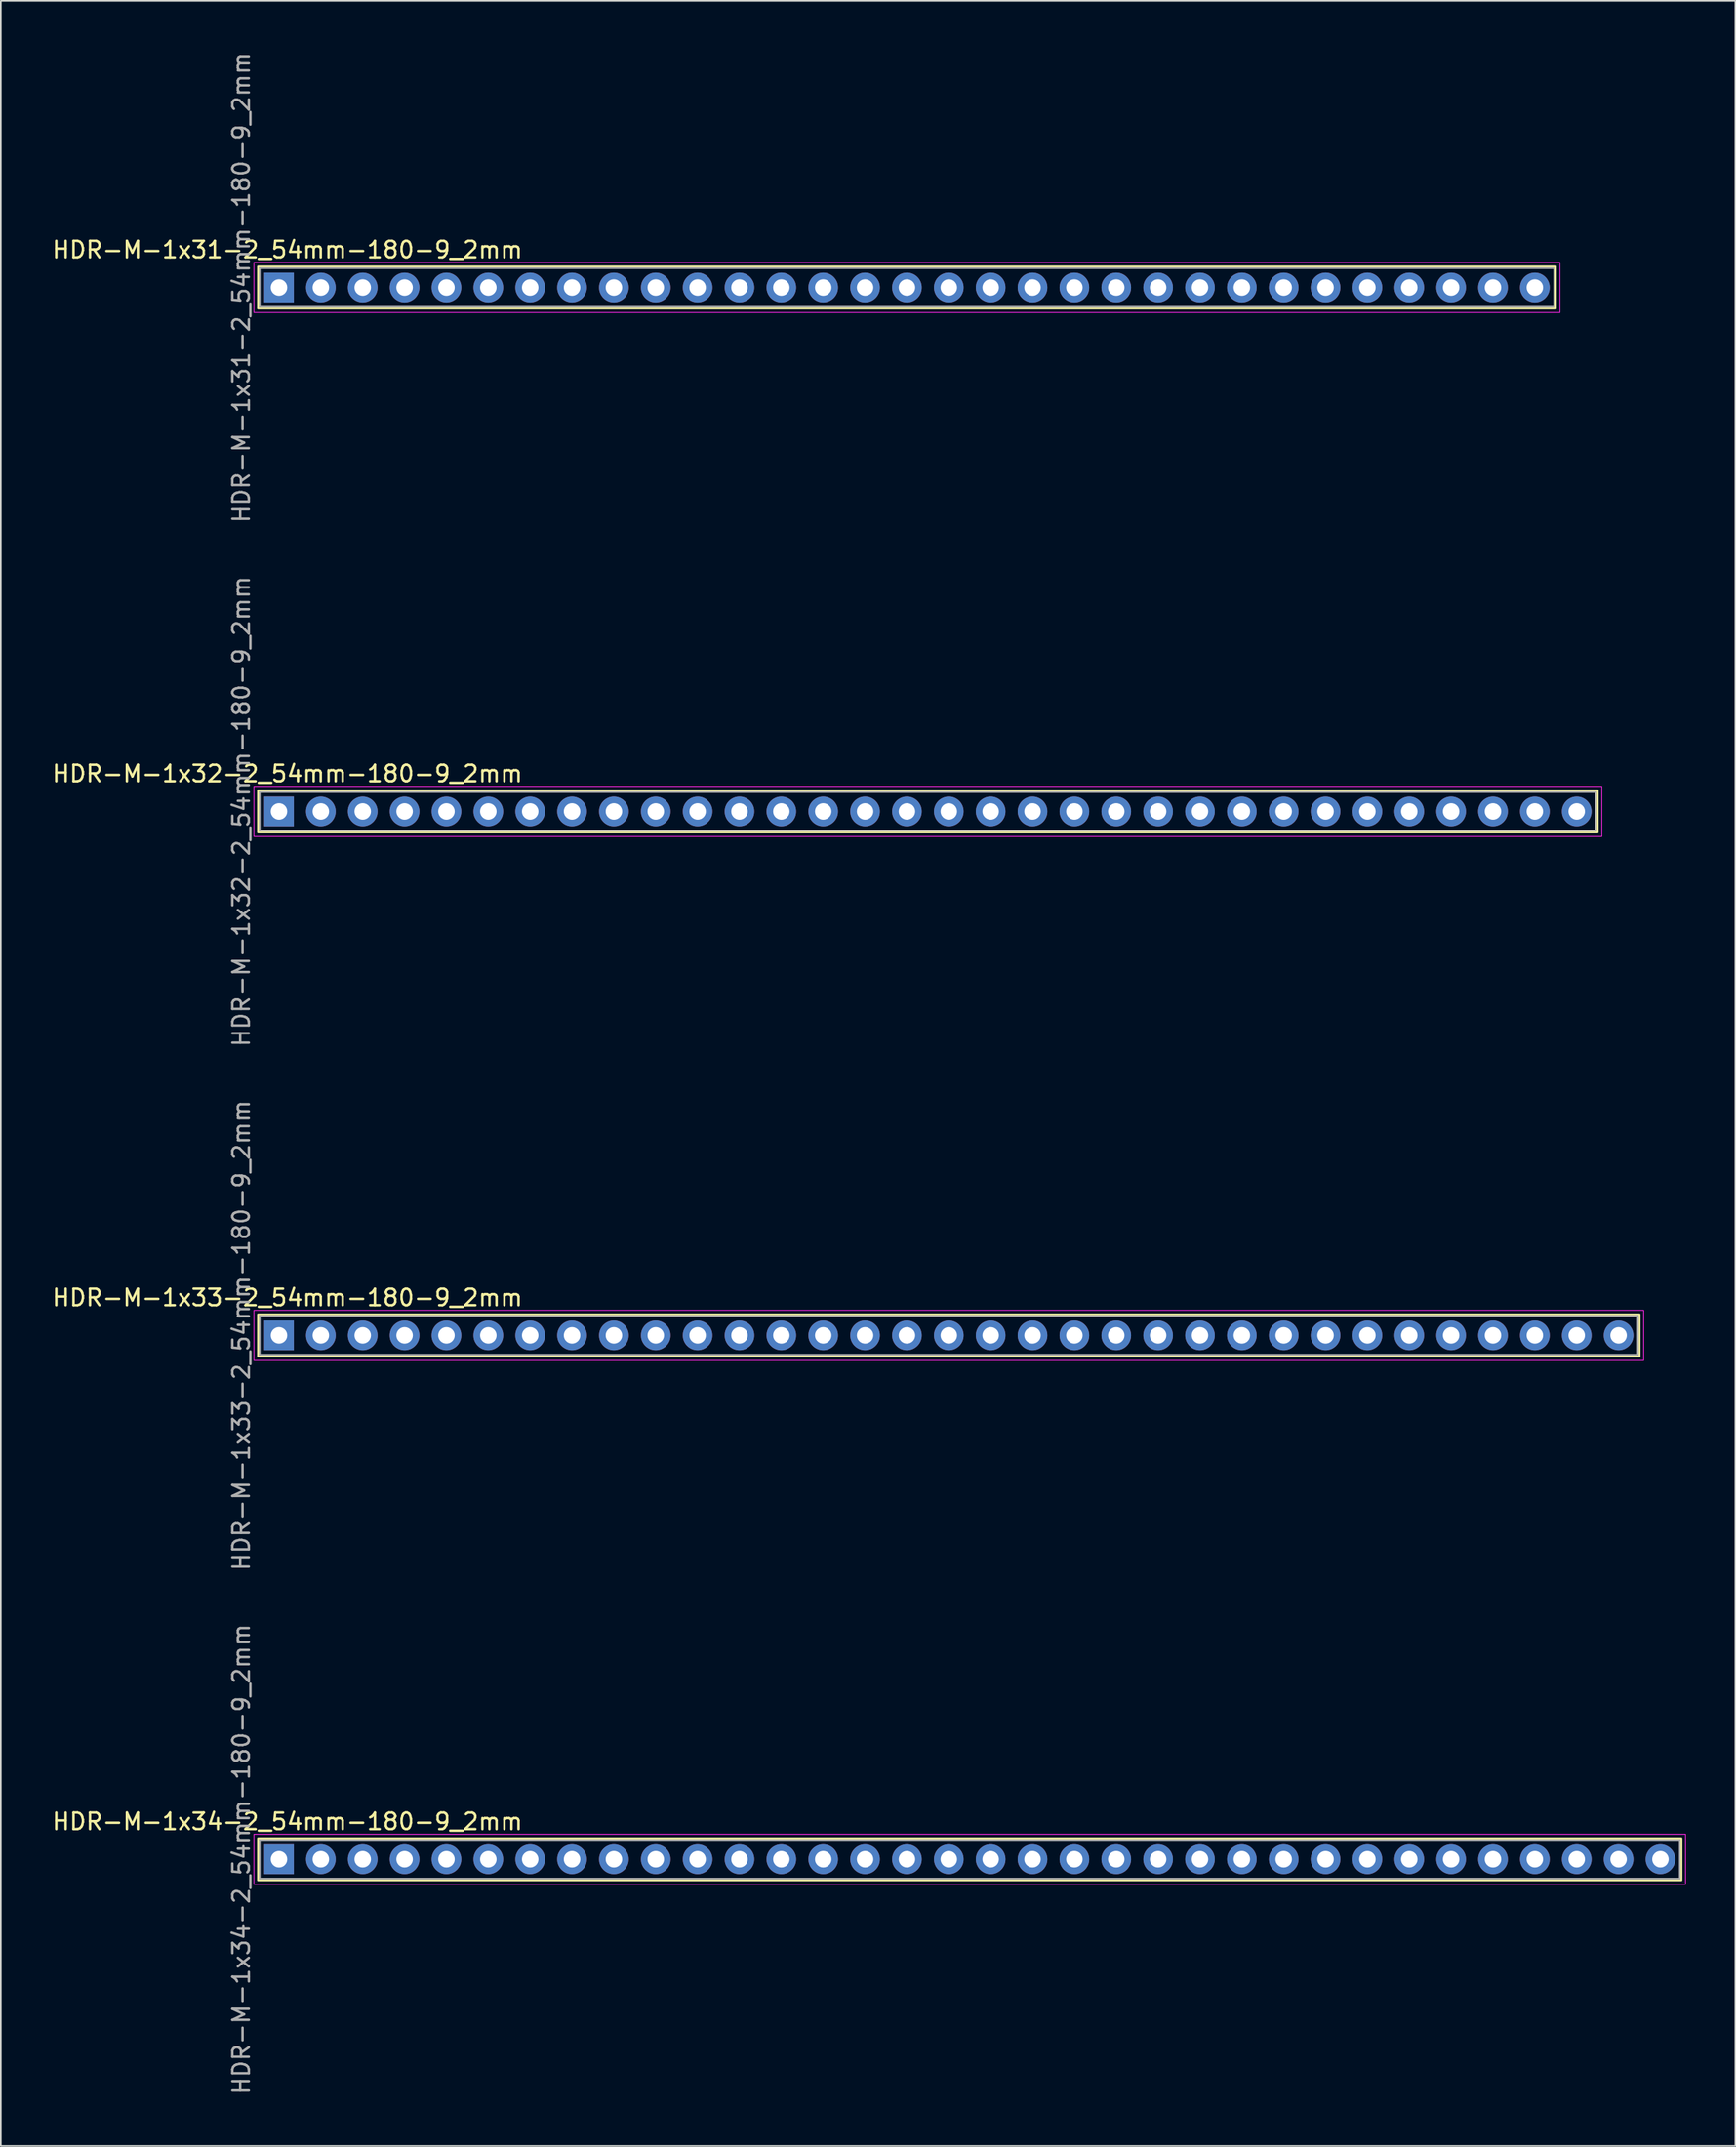
<source format=kicad_pcb>
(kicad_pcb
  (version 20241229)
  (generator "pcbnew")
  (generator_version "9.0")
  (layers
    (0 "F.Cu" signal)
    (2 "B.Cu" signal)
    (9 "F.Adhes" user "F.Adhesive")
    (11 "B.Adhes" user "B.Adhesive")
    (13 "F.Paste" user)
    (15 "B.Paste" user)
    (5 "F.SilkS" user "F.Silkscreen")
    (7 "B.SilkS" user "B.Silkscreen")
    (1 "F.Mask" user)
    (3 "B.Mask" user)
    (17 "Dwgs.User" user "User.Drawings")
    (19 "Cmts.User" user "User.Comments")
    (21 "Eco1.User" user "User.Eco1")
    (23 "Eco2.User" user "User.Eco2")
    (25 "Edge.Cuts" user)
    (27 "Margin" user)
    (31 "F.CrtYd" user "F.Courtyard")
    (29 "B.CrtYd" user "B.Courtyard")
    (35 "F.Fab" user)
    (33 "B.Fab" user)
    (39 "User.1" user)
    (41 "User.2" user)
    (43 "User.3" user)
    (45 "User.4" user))
  (footprint "HDR-M-1x32-2_54mm-180-9_2mm"
    (layer "F.Cu")
    (at 13.879 46.161)
    (property "Reference" "HDR-M-1x32-2_54mm-180-9_2mm" (at 0.508 -2.286 0) (unlocked yes) (layer "F.SilkS") (effects (font (size 1 1) (thickness 0.15))))
    (attr through_hole)
    (fp_rect (start -1.27 -1.27) (end 80.01 1.27) (stroke (width 0.12) (type solid)) (fill no) (layer "F.SilkS"))
    (fp_rect (start -1.52 -1.52) (end 80.26 1.52) (stroke (width 0.05) (type solid)) (fill no) (layer "F.CrtYd"))
    (fp_rect (start -1.17 -1.17) (end 79.91 1.17) (stroke (width 0.1) (type solid)) (fill no) (layer "F.Fab"))
    (fp_text user "${REFERENCE}" (at -2.286 0 90) (unlocked yes) (layer "F.Fab") (effects (font (size 1 1) (thickness 0.15))))
    (pad "1" thru_hole rect (at 0 0) (size 1.8 1.8) (drill 1) (layers "*.Cu" "*.Mask"))
    (pad "2" thru_hole circle (at 2.54 0) (size 1.8 1.8) (drill 1) (layers "*.Cu" "*.Mask"))
    (pad "3" thru_hole circle (at 5.08 0) (size 1.8 1.8) (drill 1) (layers "*.Cu" "*.Mask"))
    (pad "4" thru_hole circle (at 7.62 0) (size 1.8 1.8) (drill 1) (layers "*.Cu" "*.Mask"))
    (pad "5" thru_hole circle (at 10.16 0) (size 1.8 1.8) (drill 1) (layers "*.Cu" "*.Mask"))
    (pad "6" thru_hole circle (at 12.7 0) (size 1.8 1.8) (drill 1) (layers "*.Cu" "*.Mask"))
    (pad "7" thru_hole circle (at 15.24 0) (size 1.8 1.8) (drill 1) (layers "*.Cu" "*.Mask"))
    (pad "8" thru_hole circle (at 17.78 0) (size 1.8 1.8) (drill 1) (layers "*.Cu" "*.Mask"))
    (pad "9" thru_hole circle (at 20.32 0) (size 1.8 1.8) (drill 1) (layers "*.Cu" "*.Mask"))
    (pad "10" thru_hole circle (at 22.86 0) (size 1.8 1.8) (drill 1) (layers "*.Cu" "*.Mask"))
    (pad "11" thru_hole circle (at 25.4 0) (size 1.8 1.8) (drill 1) (layers "*.Cu" "*.Mask"))
    (pad "12" thru_hole circle (at 27.94 0) (size 1.8 1.8) (drill 1) (layers "*.Cu" "*.Mask"))
    (pad "13" thru_hole circle (at 30.48 0) (size 1.8 1.8) (drill 1) (layers "*.Cu" "*.Mask"))
    (pad "14" thru_hole circle (at 33.02 0) (size 1.8 1.8) (drill 1) (layers "*.Cu" "*.Mask"))
    (pad "15" thru_hole circle (at 35.56 0) (size 1.8 1.8) (drill 1) (layers "*.Cu" "*.Mask"))
    (pad "16" thru_hole circle (at 38.1 0) (size 1.8 1.8) (drill 1) (layers "*.Cu" "*.Mask"))
    (pad "17" thru_hole circle (at 40.64 0) (size 1.8 1.8) (drill 1) (layers "*.Cu" "*.Mask"))
    (pad "18" thru_hole circle (at 43.18 0) (size 1.8 1.8) (drill 1) (layers "*.Cu" "*.Mask"))
    (pad "19" thru_hole circle (at 45.72 0) (size 1.8 1.8) (drill 1) (layers "*.Cu" "*.Mask"))
    (pad "20" thru_hole circle (at 48.26 0) (size 1.8 1.8) (drill 1) (layers "*.Cu" "*.Mask"))
    (pad "21" thru_hole circle (at 50.8 0) (size 1.8 1.8) (drill 1) (layers "*.Cu" "*.Mask"))
    (pad "22" thru_hole circle (at 53.34 0) (size 1.8 1.8) (drill 1) (layers "*.Cu" "*.Mask"))
    (pad "23" thru_hole circle (at 55.88 0) (size 1.8 1.8) (drill 1) (layers "*.Cu" "*.Mask"))
    (pad "24" thru_hole circle (at 58.42 0) (size 1.8 1.8) (drill 1) (layers "*.Cu" "*.Mask"))
    (pad "25" thru_hole circle (at 60.96 0) (size 1.8 1.8) (drill 1) (layers "*.Cu" "*.Mask"))
    (pad "26" thru_hole circle (at 63.5 0) (size 1.8 1.8) (drill 1) (layers "*.Cu" "*.Mask"))
    (pad "27" thru_hole circle (at 66.04 0) (size 1.8 1.8) (drill 1) (layers "*.Cu" "*.Mask"))
    (pad "28" thru_hole circle (at 68.58 0) (size 1.8 1.8) (drill 1) (layers "*.Cu" "*.Mask"))
    (pad "29" thru_hole circle (at 71.12 0) (size 1.8 1.8) (drill 1) (layers "*.Cu" "*.Mask"))
    (pad "30" thru_hole circle (at 73.66 0) (size 1.8 1.8) (drill 1) (layers "*.Cu" "*.Mask"))
    (pad "31" thru_hole circle (at 76.2 0) (size 1.8 1.8) (drill 1) (layers "*.Cu" "*.Mask"))
    (pad "32" thru_hole circle (at 78.74 0) (size 1.8 1.8) (drill 1) (layers "*.Cu" "*.Mask")))
  (footprint "HDR-M-1x34-2_54mm-180-9_2mm"
    (layer "F.Cu")
    (at 13.879 109.708)
    (property "Reference" "HDR-M-1x34-2_54mm-180-9_2mm" (at 0.508 -2.286 0) (unlocked yes) (layer "F.SilkS") (effects (font (size 1 1) (thickness 0.15))))
    (attr through_hole)
    (fp_rect (start -1.27 -1.27) (end 85.09 1.27) (stroke (width 0.12) (type solid)) (fill no) (layer "F.SilkS"))
    (fp_rect (start -1.52 -1.52) (end 85.34 1.52) (stroke (width 0.05) (type solid)) (fill no) (layer "F.CrtYd"))
    (fp_rect (start -1.17 -1.17) (end 84.99 1.17) (stroke (width 0.1) (type solid)) (fill no) (layer "F.Fab"))
    (fp_text user "${REFERENCE}" (at -2.286 0 90) (unlocked yes) (layer "F.Fab") (effects (font (size 1 1) (thickness 0.15))))
    (pad "1" thru_hole rect (at 0 0) (size 1.8 1.8) (drill 1) (layers "*.Cu" "*.Mask"))
    (pad "2" thru_hole circle (at 2.54 0) (size 1.8 1.8) (drill 1) (layers "*.Cu" "*.Mask"))
    (pad "3" thru_hole circle (at 5.08 0) (size 1.8 1.8) (drill 1) (layers "*.Cu" "*.Mask"))
    (pad "4" thru_hole circle (at 7.62 0) (size 1.8 1.8) (drill 1) (layers "*.Cu" "*.Mask"))
    (pad "5" thru_hole circle (at 10.16 0) (size 1.8 1.8) (drill 1) (layers "*.Cu" "*.Mask"))
    (pad "6" thru_hole circle (at 12.7 0) (size 1.8 1.8) (drill 1) (layers "*.Cu" "*.Mask"))
    (pad "7" thru_hole circle (at 15.24 0) (size 1.8 1.8) (drill 1) (layers "*.Cu" "*.Mask"))
    (pad "8" thru_hole circle (at 17.78 0) (size 1.8 1.8) (drill 1) (layers "*.Cu" "*.Mask"))
    (pad "9" thru_hole circle (at 20.32 0) (size 1.8 1.8) (drill 1) (layers "*.Cu" "*.Mask"))
    (pad "10" thru_hole circle (at 22.86 0) (size 1.8 1.8) (drill 1) (layers "*.Cu" "*.Mask"))
    (pad "11" thru_hole circle (at 25.4 0) (size 1.8 1.8) (drill 1) (layers "*.Cu" "*.Mask"))
    (pad "12" thru_hole circle (at 27.94 0) (size 1.8 1.8) (drill 1) (layers "*.Cu" "*.Mask"))
    (pad "13" thru_hole circle (at 30.48 0) (size 1.8 1.8) (drill 1) (layers "*.Cu" "*.Mask"))
    (pad "14" thru_hole circle (at 33.02 0) (size 1.8 1.8) (drill 1) (layers "*.Cu" "*.Mask"))
    (pad "15" thru_hole circle (at 35.56 0) (size 1.8 1.8) (drill 1) (layers "*.Cu" "*.Mask"))
    (pad "16" thru_hole circle (at 38.1 0) (size 1.8 1.8) (drill 1) (layers "*.Cu" "*.Mask"))
    (pad "17" thru_hole circle (at 40.64 0) (size 1.8 1.8) (drill 1) (layers "*.Cu" "*.Mask"))
    (pad "18" thru_hole circle (at 43.18 0) (size 1.8 1.8) (drill 1) (layers "*.Cu" "*.Mask"))
    (pad "19" thru_hole circle (at 45.72 0) (size 1.8 1.8) (drill 1) (layers "*.Cu" "*.Mask"))
    (pad "20" thru_hole circle (at 48.26 0) (size 1.8 1.8) (drill 1) (layers "*.Cu" "*.Mask"))
    (pad "21" thru_hole circle (at 50.8 0) (size 1.8 1.8) (drill 1) (layers "*.Cu" "*.Mask"))
    (pad "22" thru_hole circle (at 53.34 0) (size 1.8 1.8) (drill 1) (layers "*.Cu" "*.Mask"))
    (pad "23" thru_hole circle (at 55.88 0) (size 1.8 1.8) (drill 1) (layers "*.Cu" "*.Mask"))
    (pad "24" thru_hole circle (at 58.42 0) (size 1.8 1.8) (drill 1) (layers "*.Cu" "*.Mask"))
    (pad "25" thru_hole circle (at 60.96 0) (size 1.8 1.8) (drill 1) (layers "*.Cu" "*.Mask"))
    (pad "26" thru_hole circle (at 63.5 0) (size 1.8 1.8) (drill 1) (layers "*.Cu" "*.Mask"))
    (pad "27" thru_hole circle (at 66.04 0) (size 1.8 1.8) (drill 1) (layers "*.Cu" "*.Mask"))
    (pad "28" thru_hole circle (at 68.58 0) (size 1.8 1.8) (drill 1) (layers "*.Cu" "*.Mask"))
    (pad "29" thru_hole circle (at 71.12 0) (size 1.8 1.8) (drill 1) (layers "*.Cu" "*.Mask"))
    (pad "30" thru_hole circle (at 73.66 0) (size 1.8 1.8) (drill 1) (layers "*.Cu" "*.Mask"))
    (pad "31" thru_hole circle (at 76.2 0) (size 1.8 1.8) (drill 1) (layers "*.Cu" "*.Mask"))
    (pad "32" thru_hole circle (at 78.74 0) (size 1.8 1.8) (drill 1) (layers "*.Cu" "*.Mask"))
    (pad "33" thru_hole circle (at 81.28 0) (size 1.8 1.8) (drill 1) (layers "*.Cu" "*.Mask"))
    (pad "34" thru_hole circle (at 83.82 0) (size 1.8 1.8) (drill 1) (layers "*.Cu" "*.Mask")))
  (footprint "HDR-M-1x33-2_54mm-180-9_2mm"
    (layer "F.Cu")
    (at 13.879 77.935)
    (property "Reference" "HDR-M-1x33-2_54mm-180-9_2mm" (at 0.508 -2.286 0) (unlocked yes) (layer "F.SilkS") (effects (font (size 1 1) (thickness 0.15))))
    (attr through_hole)
    (fp_rect (start -1.27 -1.27) (end 82.55 1.27) (stroke (width 0.12) (type solid)) (fill no) (layer "F.SilkS"))
    (fp_rect (start -1.52 -1.52) (end 82.8 1.52) (stroke (width 0.05) (type solid)) (fill no) (layer "F.CrtYd"))
    (fp_rect (start -1.17 -1.17) (end 82.45 1.17) (stroke (width 0.1) (type solid)) (fill no) (layer "F.Fab"))
    (fp_text user "${REFERENCE}" (at -2.286 0 90) (unlocked yes) (layer "F.Fab") (effects (font (size 1 1) (thickness 0.15))))
    (pad "1" thru_hole rect (at 0 0) (size 1.8 1.8) (drill 1) (layers "*.Cu" "*.Mask"))
    (pad "2" thru_hole circle (at 2.54 0) (size 1.8 1.8) (drill 1) (layers "*.Cu" "*.Mask"))
    (pad "3" thru_hole circle (at 5.08 0) (size 1.8 1.8) (drill 1) (layers "*.Cu" "*.Mask"))
    (pad "4" thru_hole circle (at 7.62 0) (size 1.8 1.8) (drill 1) (layers "*.Cu" "*.Mask"))
    (pad "5" thru_hole circle (at 10.16 0) (size 1.8 1.8) (drill 1) (layers "*.Cu" "*.Mask"))
    (pad "6" thru_hole circle (at 12.7 0) (size 1.8 1.8) (drill 1) (layers "*.Cu" "*.Mask"))
    (pad "7" thru_hole circle (at 15.24 0) (size 1.8 1.8) (drill 1) (layers "*.Cu" "*.Mask"))
    (pad "8" thru_hole circle (at 17.78 0) (size 1.8 1.8) (drill 1) (layers "*.Cu" "*.Mask"))
    (pad "9" thru_hole circle (at 20.32 0) (size 1.8 1.8) (drill 1) (layers "*.Cu" "*.Mask"))
    (pad "10" thru_hole circle (at 22.86 0) (size 1.8 1.8) (drill 1) (layers "*.Cu" "*.Mask"))
    (pad "11" thru_hole circle (at 25.4 0) (size 1.8 1.8) (drill 1) (layers "*.Cu" "*.Mask"))
    (pad "12" thru_hole circle (at 27.94 0) (size 1.8 1.8) (drill 1) (layers "*.Cu" "*.Mask"))
    (pad "13" thru_hole circle (at 30.48 0) (size 1.8 1.8) (drill 1) (layers "*.Cu" "*.Mask"))
    (pad "14" thru_hole circle (at 33.02 0) (size 1.8 1.8) (drill 1) (layers "*.Cu" "*.Mask"))
    (pad "15" thru_hole circle (at 35.56 0) (size 1.8 1.8) (drill 1) (layers "*.Cu" "*.Mask"))
    (pad "16" thru_hole circle (at 38.1 0) (size 1.8 1.8) (drill 1) (layers "*.Cu" "*.Mask"))
    (pad "17" thru_hole circle (at 40.64 0) (size 1.8 1.8) (drill 1) (layers "*.Cu" "*.Mask"))
    (pad "18" thru_hole circle (at 43.18 0) (size 1.8 1.8) (drill 1) (layers "*.Cu" "*.Mask"))
    (pad "19" thru_hole circle (at 45.72 0) (size 1.8 1.8) (drill 1) (layers "*.Cu" "*.Mask"))
    (pad "20" thru_hole circle (at 48.26 0) (size 1.8 1.8) (drill 1) (layers "*.Cu" "*.Mask"))
    (pad "21" thru_hole circle (at 50.8 0) (size 1.8 1.8) (drill 1) (layers "*.Cu" "*.Mask"))
    (pad "22" thru_hole circle (at 53.34 0) (size 1.8 1.8) (drill 1) (layers "*.Cu" "*.Mask"))
    (pad "23" thru_hole circle (at 55.88 0) (size 1.8 1.8) (drill 1) (layers "*.Cu" "*.Mask"))
    (pad "24" thru_hole circle (at 58.42 0) (size 1.8 1.8) (drill 1) (layers "*.Cu" "*.Mask"))
    (pad "25" thru_hole circle (at 60.96 0) (size 1.8 1.8) (drill 1) (layers "*.Cu" "*.Mask"))
    (pad "26" thru_hole circle (at 63.5 0) (size 1.8 1.8) (drill 1) (layers "*.Cu" "*.Mask"))
    (pad "27" thru_hole circle (at 66.04 0) (size 1.8 1.8) (drill 1) (layers "*.Cu" "*.Mask"))
    (pad "28" thru_hole circle (at 68.58 0) (size 1.8 1.8) (drill 1) (layers "*.Cu" "*.Mask"))
    (pad "29" thru_hole circle (at 71.12 0) (size 1.8 1.8) (drill 1) (layers "*.Cu" "*.Mask"))
    (pad "30" thru_hole circle (at 73.66 0) (size 1.8 1.8) (drill 1) (layers "*.Cu" "*.Mask"))
    (pad "31" thru_hole circle (at 76.2 0) (size 1.8 1.8) (drill 1) (layers "*.Cu" "*.Mask"))
    (pad "32" thru_hole circle (at 78.74 0) (size 1.8 1.8) (drill 1) (layers "*.Cu" "*.Mask"))
    (pad "33" thru_hole circle (at 81.28 0) (size 1.8 1.8) (drill 1) (layers "*.Cu" "*.Mask")))
  (footprint "HDR-M-1x31-2_54mm-180-9_2mm"
    (layer "F.Cu")
    (at 13.879 14.387)
    (property "Reference" "HDR-M-1x31-2_54mm-180-9_2mm" (at 0.508 -2.286 0) (unlocked yes) (layer "F.SilkS") (effects (font (size 1 1) (thickness 0.15))))
    (attr through_hole)
    (fp_rect (start -1.27 -1.27) (end 77.47 1.27) (stroke (width 0.12) (type solid)) (fill no) (layer "F.SilkS"))
    (fp_rect (start -1.52 -1.52) (end 77.72 1.52) (stroke (width 0.05) (type solid)) (fill no) (layer "F.CrtYd"))
    (fp_rect (start -1.17 -1.17) (end 77.37 1.17) (stroke (width 0.1) (type solid)) (fill no) (layer "F.Fab"))
    (fp_text user "${REFERENCE}" (at -2.286 0 90) (unlocked yes) (layer "F.Fab") (effects (font (size 1 1) (thickness 0.15))))
    (pad "1" thru_hole rect (at 0 0) (size 1.8 1.8) (drill 1) (layers "*.Cu" "*.Mask"))
    (pad "2" thru_hole circle (at 2.54 0) (size 1.8 1.8) (drill 1) (layers "*.Cu" "*.Mask"))
    (pad "3" thru_hole circle (at 5.08 0) (size 1.8 1.8) (drill 1) (layers "*.Cu" "*.Mask"))
    (pad "4" thru_hole circle (at 7.62 0) (size 1.8 1.8) (drill 1) (layers "*.Cu" "*.Mask"))
    (pad "5" thru_hole circle (at 10.16 0) (size 1.8 1.8) (drill 1) (layers "*.Cu" "*.Mask"))
    (pad "6" thru_hole circle (at 12.7 0) (size 1.8 1.8) (drill 1) (layers "*.Cu" "*.Mask"))
    (pad "7" thru_hole circle (at 15.24 0) (size 1.8 1.8) (drill 1) (layers "*.Cu" "*.Mask"))
    (pad "8" thru_hole circle (at 17.78 0) (size 1.8 1.8) (drill 1) (layers "*.Cu" "*.Mask"))
    (pad "9" thru_hole circle (at 20.32 0) (size 1.8 1.8) (drill 1) (layers "*.Cu" "*.Mask"))
    (pad "10" thru_hole circle (at 22.86 0) (size 1.8 1.8) (drill 1) (layers "*.Cu" "*.Mask"))
    (pad "11" thru_hole circle (at 25.4 0) (size 1.8 1.8) (drill 1) (layers "*.Cu" "*.Mask"))
    (pad "12" thru_hole circle (at 27.94 0) (size 1.8 1.8) (drill 1) (layers "*.Cu" "*.Mask"))
    (pad "13" thru_hole circle (at 30.48 0) (size 1.8 1.8) (drill 1) (layers "*.Cu" "*.Mask"))
    (pad "14" thru_hole circle (at 33.02 0) (size 1.8 1.8) (drill 1) (layers "*.Cu" "*.Mask"))
    (pad "15" thru_hole circle (at 35.56 0) (size 1.8 1.8) (drill 1) (layers "*.Cu" "*.Mask"))
    (pad "16" thru_hole circle (at 38.1 0) (size 1.8 1.8) (drill 1) (layers "*.Cu" "*.Mask"))
    (pad "17" thru_hole circle (at 40.64 0) (size 1.8 1.8) (drill 1) (layers "*.Cu" "*.Mask"))
    (pad "18" thru_hole circle (at 43.18 0) (size 1.8 1.8) (drill 1) (layers "*.Cu" "*.Mask"))
    (pad "19" thru_hole circle (at 45.72 0) (size 1.8 1.8) (drill 1) (layers "*.Cu" "*.Mask"))
    (pad "20" thru_hole circle (at 48.26 0) (size 1.8 1.8) (drill 1) (layers "*.Cu" "*.Mask"))
    (pad "21" thru_hole circle (at 50.8 0) (size 1.8 1.8) (drill 1) (layers "*.Cu" "*.Mask"))
    (pad "22" thru_hole circle (at 53.34 0) (size 1.8 1.8) (drill 1) (layers "*.Cu" "*.Mask"))
    (pad "23" thru_hole circle (at 55.88 0) (size 1.8 1.8) (drill 1) (layers "*.Cu" "*.Mask"))
    (pad "24" thru_hole circle (at 58.42 0) (size 1.8 1.8) (drill 1) (layers "*.Cu" "*.Mask"))
    (pad "25" thru_hole circle (at 60.96 0) (size 1.8 1.8) (drill 1) (layers "*.Cu" "*.Mask"))
    (pad "26" thru_hole circle (at 63.5 0) (size 1.8 1.8) (drill 1) (layers "*.Cu" "*.Mask"))
    (pad "27" thru_hole circle (at 66.04 0) (size 1.8 1.8) (drill 1) (layers "*.Cu" "*.Mask"))
    (pad "28" thru_hole circle (at 68.58 0) (size 1.8 1.8) (drill 1) (layers "*.Cu" "*.Mask"))
    (pad "29" thru_hole circle (at 71.12 0) (size 1.8 1.8) (drill 1) (layers "*.Cu" "*.Mask"))
    (pad "30" thru_hole circle (at 73.66 0) (size 1.8 1.8) (drill 1) (layers "*.Cu" "*.Mask"))
    (pad "31" thru_hole circle (at 76.2 0) (size 1.8 1.8) (drill 1) (layers "*.Cu" "*.Mask")))
  (gr_rect
    (start -3 -3)
    (end 102.244 127.095)
    (stroke (width 0.1) (type default))
    (fill no)
    (layer "Edge.Cuts")))
</source>
